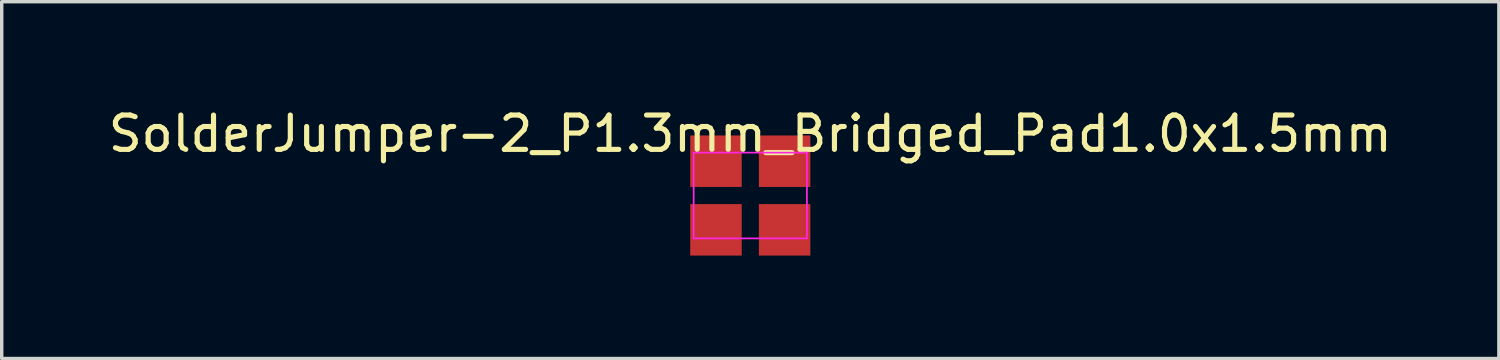
<source format=kicad_pcb>
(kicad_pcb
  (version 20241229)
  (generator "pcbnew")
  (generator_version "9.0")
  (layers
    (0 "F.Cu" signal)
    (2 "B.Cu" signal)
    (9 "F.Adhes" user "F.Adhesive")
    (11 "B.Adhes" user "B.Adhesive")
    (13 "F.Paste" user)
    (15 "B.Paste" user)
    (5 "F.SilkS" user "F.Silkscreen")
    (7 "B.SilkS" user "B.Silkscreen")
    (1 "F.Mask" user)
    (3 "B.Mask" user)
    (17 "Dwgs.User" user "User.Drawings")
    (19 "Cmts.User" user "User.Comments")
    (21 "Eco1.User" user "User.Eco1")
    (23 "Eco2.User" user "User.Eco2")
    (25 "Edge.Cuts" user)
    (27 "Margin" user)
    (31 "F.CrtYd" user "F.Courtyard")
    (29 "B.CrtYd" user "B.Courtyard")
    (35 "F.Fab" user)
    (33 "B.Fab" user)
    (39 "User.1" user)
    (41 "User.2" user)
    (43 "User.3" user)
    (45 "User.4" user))
  (footprint "SolderJumper-2_P1.3mm_Bridged_Pad1.0x1.5mm"
    (layer "F.Cu")
    (at 18.815 2.648)
    (property "Reference" "SolderJumper-2_P1.3mm_Bridged_Pad1.0x1.5mm" (at 0 -1.8 0) (layer "F.SilkS") (effects (font (size 1 1) (thickness 0.15))))
    (attr exclude_from_pos_files exclude_from_bom)
    (fp_line (start -1.65 -1.25) (end -1.65 1.25) (stroke (width 0.05) (type solid)) (layer "F.CrtYd"))
    (fp_line (start -1.65 -1.25) (end 1.65 -1.25) (stroke (width 0.05) (type solid)) (layer "F.CrtYd"))
    (fp_line (start 1.65 1.25) (end -1.65 1.25) (stroke (width 0.05) (type solid)) (layer "F.CrtYd"))
    (fp_line (start 1.65 1.25) (end 1.65 -1.25) (stroke (width 0.05) (type solid)) (layer "F.CrtYd"))
    (pad "1" smd rect (at -1 1) (size 1.5 1.5) (layers "F.Cu" "F.Mask"))
    (pad "1" smd rect (at 1 -1) (size 1.5 1.5) (layers "F.Cu" "F.Mask"))
    (pad "2" smd rect (at -1 -1) (size 1.5 1.5) (layers "F.Cu" "F.Mask"))
    (pad "2" smd rect (at 1 1) (size 1.5 1.5) (layers "F.Cu" "F.Mask")))
  (gr_rect
    (start -3 -3)
    (end 40.631 7.398)
    (stroke (width 0.1) (type default))
    (fill no)
    (layer "Edge.Cuts")))
</source>
